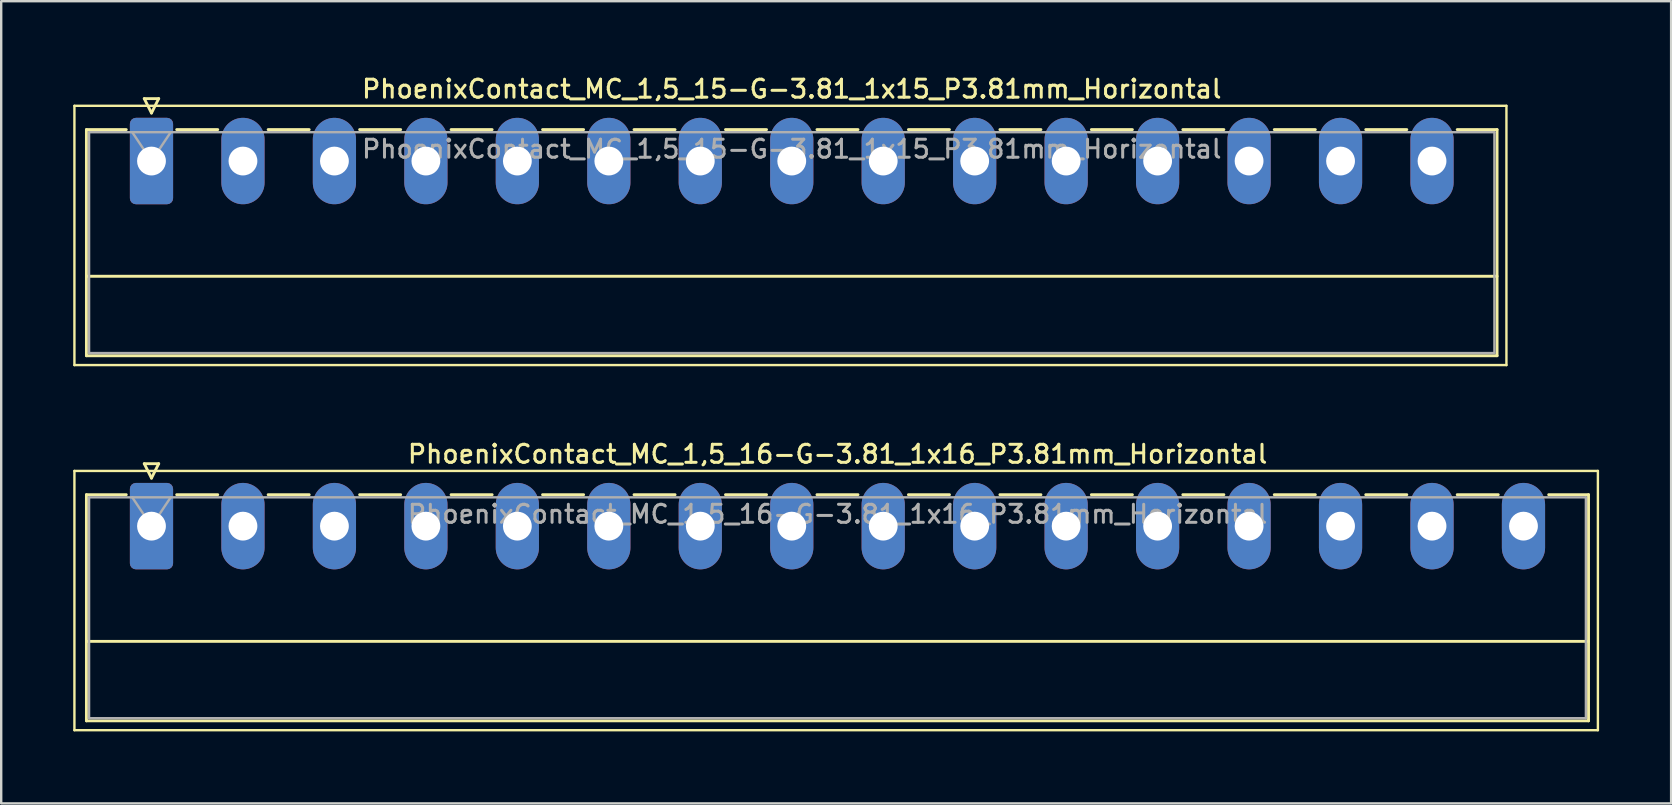
<source format=kicad_pcb>
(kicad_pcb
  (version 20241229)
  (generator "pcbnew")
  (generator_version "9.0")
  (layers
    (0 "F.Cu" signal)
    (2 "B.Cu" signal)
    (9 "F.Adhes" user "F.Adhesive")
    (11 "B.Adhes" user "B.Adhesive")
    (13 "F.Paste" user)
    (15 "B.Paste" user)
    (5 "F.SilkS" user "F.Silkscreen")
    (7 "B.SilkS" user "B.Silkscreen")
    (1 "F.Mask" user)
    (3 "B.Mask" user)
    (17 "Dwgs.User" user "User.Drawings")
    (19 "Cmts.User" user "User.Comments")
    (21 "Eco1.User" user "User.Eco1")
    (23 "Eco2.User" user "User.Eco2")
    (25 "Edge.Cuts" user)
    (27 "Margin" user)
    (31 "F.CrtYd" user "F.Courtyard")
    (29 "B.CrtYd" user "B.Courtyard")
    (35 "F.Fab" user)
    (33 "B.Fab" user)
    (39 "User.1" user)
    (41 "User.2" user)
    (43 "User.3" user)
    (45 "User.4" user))
  (footprint "PhoenixContact_MC_1,5_16-G-3.81_1x16_P3.81mm_Horizontal"
    (layer "F.Cu")
    (at 3.26 18.866)
    (property "Reference" "PhoenixContact_MC_1,5_16-G-3.81_1x16_P3.81mm_Horizontal" (at 28.58 -3 0) (layer "F.SilkS") (effects (font (size 0.75 0.75) (thickness 0.125))))
    (attr through_hole)
    (fp_line (start -3.21 -2.3) (end -3.21 8.5) (stroke (width 0.1) (type solid)) (layer "F.SilkS"))
    (fp_line (start -3.21 8.5) (end 60.25 8.5) (stroke (width 0.1) (type solid)) (layer "F.SilkS"))
    (fp_line (start -2.71 -1.31) (end -2.71 8.11) (stroke (width 0.12) (type solid)) (layer "F.SilkS"))
    (fp_line (start -2.71 -1.31) (end -1.05 -1.31) (stroke (width 0.12) (type solid)) (layer "F.SilkS"))
    (fp_line (start -2.71 4.8) (end 59.86 4.8) (stroke (width 0.12) (type solid)) (layer "F.SilkS"))
    (fp_line (start -2.71 8.11) (end 59.86 8.11) (stroke (width 0.12) (type solid)) (layer "F.SilkS"))
    (fp_line (start -0.3 -2.6) (end 0.3 -2.6) (stroke (width 0.12) (type solid)) (layer "F.SilkS"))
    (fp_line (start 0 -2) (end -0.3 -2.6) (stroke (width 0.12) (type solid)) (layer "F.SilkS"))
    (fp_line (start 0.3 -2.6) (end 0 -2) (stroke (width 0.12) (type solid)) (layer "F.SilkS"))
    (fp_line (start 1.05 -1.31) (end 2.76 -1.31) (stroke (width 0.12) (type solid)) (layer "F.SilkS"))
    (fp_line (start 4.86 -1.31) (end 6.57 -1.31) (stroke (width 0.12) (type solid)) (layer "F.SilkS"))
    (fp_line (start 8.67 -1.31) (end 10.38 -1.31) (stroke (width 0.12) (type solid)) (layer "F.SilkS"))
    (fp_line (start 12.48 -1.31) (end 14.19 -1.31) (stroke (width 0.12) (type solid)) (layer "F.SilkS"))
    (fp_line (start 16.29 -1.31) (end 18 -1.31) (stroke (width 0.12) (type solid)) (layer "F.SilkS"))
    (fp_line (start 20.1 -1.31) (end 21.81 -1.31) (stroke (width 0.12) (type solid)) (layer "F.SilkS"))
    (fp_line (start 23.91 -1.31) (end 25.62 -1.31) (stroke (width 0.12) (type solid)) (layer "F.SilkS"))
    (fp_line (start 27.72 -1.31) (end 29.43 -1.31) (stroke (width 0.12) (type solid)) (layer "F.SilkS"))
    (fp_line (start 31.53 -1.31) (end 33.24 -1.31) (stroke (width 0.12) (type solid)) (layer "F.SilkS"))
    (fp_line (start 35.34 -1.31) (end 37.05 -1.31) (stroke (width 0.12) (type solid)) (layer "F.SilkS"))
    (fp_line (start 39.15 -1.31) (end 40.86 -1.31) (stroke (width 0.12) (type solid)) (layer "F.SilkS"))
    (fp_line (start 42.96 -1.31) (end 44.67 -1.31) (stroke (width 0.12) (type solid)) (layer "F.SilkS"))
    (fp_line (start 46.77 -1.31) (end 48.48 -1.31) (stroke (width 0.12) (type solid)) (layer "F.SilkS"))
    (fp_line (start 50.58 -1.31) (end 52.29 -1.31) (stroke (width 0.12) (type solid)) (layer "F.SilkS"))
    (fp_line (start 54.39 -1.31) (end 56.1 -1.31) (stroke (width 0.12) (type solid)) (layer "F.SilkS"))
    (fp_line (start 59.86 -1.31) (end 58.2 -1.31) (stroke (width 0.12) (type solid)) (layer "F.SilkS"))
    (fp_line (start 59.86 8.11) (end 59.86 -1.31) (stroke (width 0.12) (type solid)) (layer "F.SilkS"))
    (fp_line (start 60.25 -2.3) (end -3.21 -2.3) (stroke (width 0.1) (type solid)) (layer "F.SilkS"))
    (fp_line (start 60.25 8.5) (end 60.25 -2.3) (stroke (width 0.1) (type solid)) (layer "F.SilkS"))
    (fp_line (start -2.6 -1.2) (end -2.6 8) (stroke (width 0.1) (type solid)) (layer "F.Fab"))
    (fp_line (start -2.6 8) (end 59.75 8) (stroke (width 0.1) (type solid)) (layer "F.Fab"))
    (fp_line (start 0 0) (end -0.8 -1.2) (stroke (width 0.1) (type solid)) (layer "F.Fab"))
    (fp_line (start 0.8 -1.2) (end 0 0) (stroke (width 0.1) (type solid)) (layer "F.Fab"))
    (fp_line (start 59.75 -1.2) (end -2.6 -1.2) (stroke (width 0.1) (type solid)) (layer "F.Fab"))
    (fp_line (start 59.75 8) (end 59.75 -1.2) (stroke (width 0.1) (type solid)) (layer "F.Fab"))
    (fp_text user "${REFERENCE}" (at 28.58 -0.5 0) (layer "F.Fab") (effects (font (size 0.75 0.75) (thickness 0.125))))
    (pad "1" thru_hole roundrect (at 0 0) (size 1.8 3.6) (drill 1.2) (layers "*.Cu" "*.Mask") (roundrect_rratio 0.139))
    (pad "2" thru_hole oval (at 3.81 0) (size 1.8 3.6) (drill 1.2) (layers "*.Cu" "*.Mask"))
    (pad "3" thru_hole oval (at 7.62 0) (size 1.8 3.6) (drill 1.2) (layers "*.Cu" "*.Mask"))
    (pad "4" thru_hole oval (at 11.43 0) (size 1.8 3.6) (drill 1.2) (layers "*.Cu" "*.Mask"))
    (pad "5" thru_hole oval (at 15.24 0) (size 1.8 3.6) (drill 1.2) (layers "*.Cu" "*.Mask"))
    (pad "6" thru_hole oval (at 19.05 0) (size 1.8 3.6) (drill 1.2) (layers "*.Cu" "*.Mask"))
    (pad "7" thru_hole oval (at 22.86 0) (size 1.8 3.6) (drill 1.2) (layers "*.Cu" "*.Mask"))
    (pad "8" thru_hole oval (at 26.67 0) (size 1.8 3.6) (drill 1.2) (layers "*.Cu" "*.Mask"))
    (pad "9" thru_hole oval (at 30.48 0) (size 1.8 3.6) (drill 1.2) (layers "*.Cu" "*.Mask"))
    (pad "10" thru_hole oval (at 34.29 0) (size 1.8 3.6) (drill 1.2) (layers "*.Cu" "*.Mask"))
    (pad "11" thru_hole oval (at 38.1 0) (size 1.8 3.6) (drill 1.2) (layers "*.Cu" "*.Mask"))
    (pad "12" thru_hole oval (at 41.91 0) (size 1.8 3.6) (drill 1.2) (layers "*.Cu" "*.Mask"))
    (pad "13" thru_hole oval (at 45.72 0) (size 1.8 3.6) (drill 1.2) (layers "*.Cu" "*.Mask"))
    (pad "14" thru_hole oval (at 49.53 0) (size 1.8 3.6) (drill 1.2) (layers "*.Cu" "*.Mask"))
    (pad "15" thru_hole oval (at 53.34 0) (size 1.8 3.6) (drill 1.2) (layers "*.Cu" "*.Mask"))
    (pad "16" thru_hole oval (at 57.15 0) (size 1.8 3.6) (drill 1.2) (layers "*.Cu" "*.Mask")))
  (footprint "PhoenixContact_MC_1,5_15-G-3.81_1x15_P3.81mm_Horizontal"
    (layer "F.Cu")
    (at 3.26 3.658)
    (property "Reference" "PhoenixContact_MC_1,5_15-G-3.81_1x15_P3.81mm_Horizontal" (at 26.67 -3 0) (layer "F.SilkS") (effects (font (size 0.75 0.75) (thickness 0.125))))
    (attr through_hole)
    (fp_line (start -3.21 -2.3) (end -3.21 8.5) (stroke (width 0.1) (type solid)) (layer "F.SilkS"))
    (fp_line (start -3.21 8.5) (end 56.44 8.5) (stroke (width 0.1) (type solid)) (layer "F.SilkS"))
    (fp_line (start -2.71 -1.31) (end -2.71 8.11) (stroke (width 0.12) (type solid)) (layer "F.SilkS"))
    (fp_line (start -2.71 -1.31) (end -1.05 -1.31) (stroke (width 0.12) (type solid)) (layer "F.SilkS"))
    (fp_line (start -2.71 4.8) (end 56.05 4.8) (stroke (width 0.12) (type solid)) (layer "F.SilkS"))
    (fp_line (start -2.71 8.11) (end 56.05 8.11) (stroke (width 0.12) (type solid)) (layer "F.SilkS"))
    (fp_line (start -0.3 -2.6) (end 0.3 -2.6) (stroke (width 0.12) (type solid)) (layer "F.SilkS"))
    (fp_line (start 0 -2) (end -0.3 -2.6) (stroke (width 0.12) (type solid)) (layer "F.SilkS"))
    (fp_line (start 0.3 -2.6) (end 0 -2) (stroke (width 0.12) (type solid)) (layer "F.SilkS"))
    (fp_line (start 1.05 -1.31) (end 2.76 -1.31) (stroke (width 0.12) (type solid)) (layer "F.SilkS"))
    (fp_line (start 4.86 -1.31) (end 6.57 -1.31) (stroke (width 0.12) (type solid)) (layer "F.SilkS"))
    (fp_line (start 8.67 -1.31) (end 10.38 -1.31) (stroke (width 0.12) (type solid)) (layer "F.SilkS"))
    (fp_line (start 12.48 -1.31) (end 14.19 -1.31) (stroke (width 0.12) (type solid)) (layer "F.SilkS"))
    (fp_line (start 16.29 -1.31) (end 18 -1.31) (stroke (width 0.12) (type solid)) (layer "F.SilkS"))
    (fp_line (start 20.1 -1.31) (end 21.81 -1.31) (stroke (width 0.12) (type solid)) (layer "F.SilkS"))
    (fp_line (start 23.91 -1.31) (end 25.62 -1.31) (stroke (width 0.12) (type solid)) (layer "F.SilkS"))
    (fp_line (start 27.72 -1.31) (end 29.43 -1.31) (stroke (width 0.12) (type solid)) (layer "F.SilkS"))
    (fp_line (start 31.53 -1.31) (end 33.24 -1.31) (stroke (width 0.12) (type solid)) (layer "F.SilkS"))
    (fp_line (start 35.34 -1.31) (end 37.05 -1.31) (stroke (width 0.12) (type solid)) (layer "F.SilkS"))
    (fp_line (start 39.15 -1.31) (end 40.86 -1.31) (stroke (width 0.12) (type solid)) (layer "F.SilkS"))
    (fp_line (start 42.96 -1.31) (end 44.67 -1.31) (stroke (width 0.12) (type solid)) (layer "F.SilkS"))
    (fp_line (start 46.77 -1.31) (end 48.48 -1.31) (stroke (width 0.12) (type solid)) (layer "F.SilkS"))
    (fp_line (start 50.58 -1.31) (end 52.29 -1.31) (stroke (width 0.12) (type solid)) (layer "F.SilkS"))
    (fp_line (start 56.05 -1.31) (end 54.39 -1.31) (stroke (width 0.12) (type solid)) (layer "F.SilkS"))
    (fp_line (start 56.05 8.11) (end 56.05 -1.31) (stroke (width 0.12) (type solid)) (layer "F.SilkS"))
    (fp_line (start 56.44 -2.3) (end -3.21 -2.3) (stroke (width 0.1) (type solid)) (layer "F.SilkS"))
    (fp_line (start 56.44 8.5) (end 56.44 -2.3) (stroke (width 0.1) (type solid)) (layer "F.SilkS"))
    (fp_line (start -2.6 -1.2) (end -2.6 8) (stroke (width 0.1) (type solid)) (layer "F.Fab"))
    (fp_line (start -2.6 8) (end 55.94 8) (stroke (width 0.1) (type solid)) (layer "F.Fab"))
    (fp_line (start 0 0) (end -0.8 -1.2) (stroke (width 0.1) (type solid)) (layer "F.Fab"))
    (fp_line (start 0.8 -1.2) (end 0 0) (stroke (width 0.1) (type solid)) (layer "F.Fab"))
    (fp_line (start 55.94 -1.2) (end -2.6 -1.2) (stroke (width 0.1) (type solid)) (layer "F.Fab"))
    (fp_line (start 55.94 8) (end 55.94 -1.2) (stroke (width 0.1) (type solid)) (layer "F.Fab"))
    (fp_text user "${REFERENCE}" (at 26.67 -0.5 0) (layer "F.Fab") (effects (font (size 0.75 0.75) (thickness 0.125))))
    (pad "1" thru_hole roundrect (at 0 0) (size 1.8 3.6) (drill 1.2) (layers "*.Cu" "*.Mask") (roundrect_rratio 0.139))
    (pad "2" thru_hole oval (at 3.81 0) (size 1.8 3.6) (drill 1.2) (layers "*.Cu" "*.Mask"))
    (pad "3" thru_hole oval (at 7.62 0) (size 1.8 3.6) (drill 1.2) (layers "*.Cu" "*.Mask"))
    (pad "4" thru_hole oval (at 11.43 0) (size 1.8 3.6) (drill 1.2) (layers "*.Cu" "*.Mask"))
    (pad "5" thru_hole oval (at 15.24 0) (size 1.8 3.6) (drill 1.2) (layers "*.Cu" "*.Mask"))
    (pad "6" thru_hole oval (at 19.05 0) (size 1.8 3.6) (drill 1.2) (layers "*.Cu" "*.Mask"))
    (pad "7" thru_hole oval (at 22.86 0) (size 1.8 3.6) (drill 1.2) (layers "*.Cu" "*.Mask"))
    (pad "8" thru_hole oval (at 26.67 0) (size 1.8 3.6) (drill 1.2) (layers "*.Cu" "*.Mask"))
    (pad "9" thru_hole oval (at 30.48 0) (size 1.8 3.6) (drill 1.2) (layers "*.Cu" "*.Mask"))
    (pad "10" thru_hole oval (at 34.29 0) (size 1.8 3.6) (drill 1.2) (layers "*.Cu" "*.Mask"))
    (pad "11" thru_hole oval (at 38.1 0) (size 1.8 3.6) (drill 1.2) (layers "*.Cu" "*.Mask"))
    (pad "12" thru_hole oval (at 41.91 0) (size 1.8 3.6) (drill 1.2) (layers "*.Cu" "*.Mask"))
    (pad "13" thru_hole oval (at 45.72 0) (size 1.8 3.6) (drill 1.2) (layers "*.Cu" "*.Mask"))
    (pad "14" thru_hole oval (at 49.53 0) (size 1.8 3.6) (drill 1.2) (layers "*.Cu" "*.Mask"))
    (pad "15" thru_hole oval (at 53.34 0) (size 1.8 3.6) (drill 1.2) (layers "*.Cu" "*.Mask")))
  (gr_rect
    (start -3 -3)
    (end 66.56 30.416)
    (stroke (width 0.1) (type default))
    (fill no)
    (layer "Edge.Cuts")))
</source>
